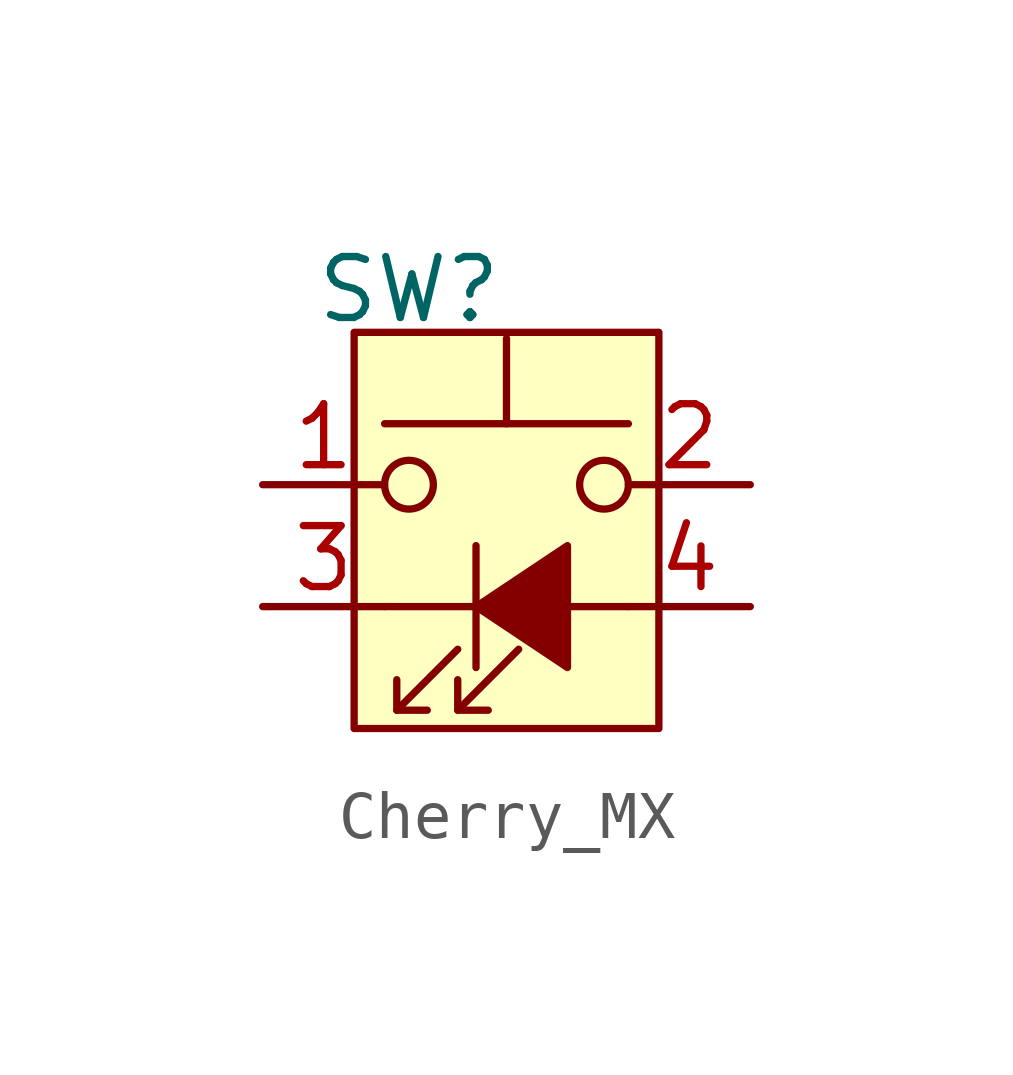
<source format=kicad_sym>
(kicad_symbol_lib
  (version 20231120)
  (generator "kicad_symbol_editor")
  (generator_version "8.0")
  (symbol "Cherry_MX"
    (property "Reference" "SW"
      (at -2.032 5.334 0)
      (effects (font (size 1.27 1.27))))
    (property "Value" ""
      (at 0 0 0)
      (effects (font (size 1.27 1.27))))
    (symbol "Cherry_MX_0_0"
      (polyline (pts (xy -2.54 -1.27) (xy 2.54 -1.27)) (stroke (width 0) (type default)) (fill (type none)))
      (polyline (pts (xy -2.286 -3.429) (xy -1.016 -2.159)) (stroke (width 0) (type default)) (fill (type none)))
      (polyline (pts (xy -1.016 -3.429) (xy 0.254 -2.159)) (stroke (width 0) (type default)) (fill (type none)))
      (polyline (pts (xy -0.635 0) (xy -0.635 -2.54)) (stroke (width 0) (type default)) (fill (type none)))
      (polyline (pts (xy -2.286 -2.794) (xy -2.286 -3.429) (xy -1.651 -3.429)) (stroke (width 0) (type default)) (fill (type none)))
      (polyline (pts (xy -1.016 -2.794) (xy -1.016 -3.429) (xy -0.381 -3.429)) (stroke (width 0) (type default)) (fill (type none)))
      (polyline (pts (xy -0.635 -1.27) (xy 1.27 0) (xy 1.27 -2.54) (xy -0.635 -1.27)) (stroke (width 0) (type default)) (fill (type outline))))
    (symbol "Cherry_MX_0_1"
      (circle (center -2.032 1.27) (radius 0.508) (stroke (width 0) (type default)) (fill (type none)))
      (polyline (pts (xy 0 2.54) (xy 0 4.318)) (stroke (width 0) (type default)) (fill (type none)))
      (polyline (pts (xy 2.54 2.54) (xy -2.54 2.54)) (stroke (width 0) (type default)) (fill (type none)))
      (circle (center 2.032 1.27) (radius 0.508) (stroke (width 0) (type default)) (fill (type none)))
      (pin passive line (at -5.08 1.27 0) (length 2.54) (name "" (effects (font (size 1.27 1.27)))) (number "1" (effects (font (size 1.27 1.27)))))
      (pin passive line (at 5.08 1.27 180) (length 2.54) (name "" (effects (font (size 1.27 1.27)))) (number "2" (effects (font (size 1.27 1.27)))))
      (pin passive line (at -5.08 -1.27 0) (length 2.54) (name "" (effects (font (size 1.27 1.27)))) (number "3" (effects (font (size 1.27 1.27)))))
      (pin passive line (at 5.08 -1.27 180) (length 2.54) (name "" (effects (font (size 1.27 1.27)))) (number "4" (effects (font (size 1.27 1.27))))))
    (symbol "Cherry_MX_1_1"
      (rectangle (start -3.175 4.445) (end 3.175 -3.81) (stroke (width 0) (type default)) (fill (type background))))))
</source>
